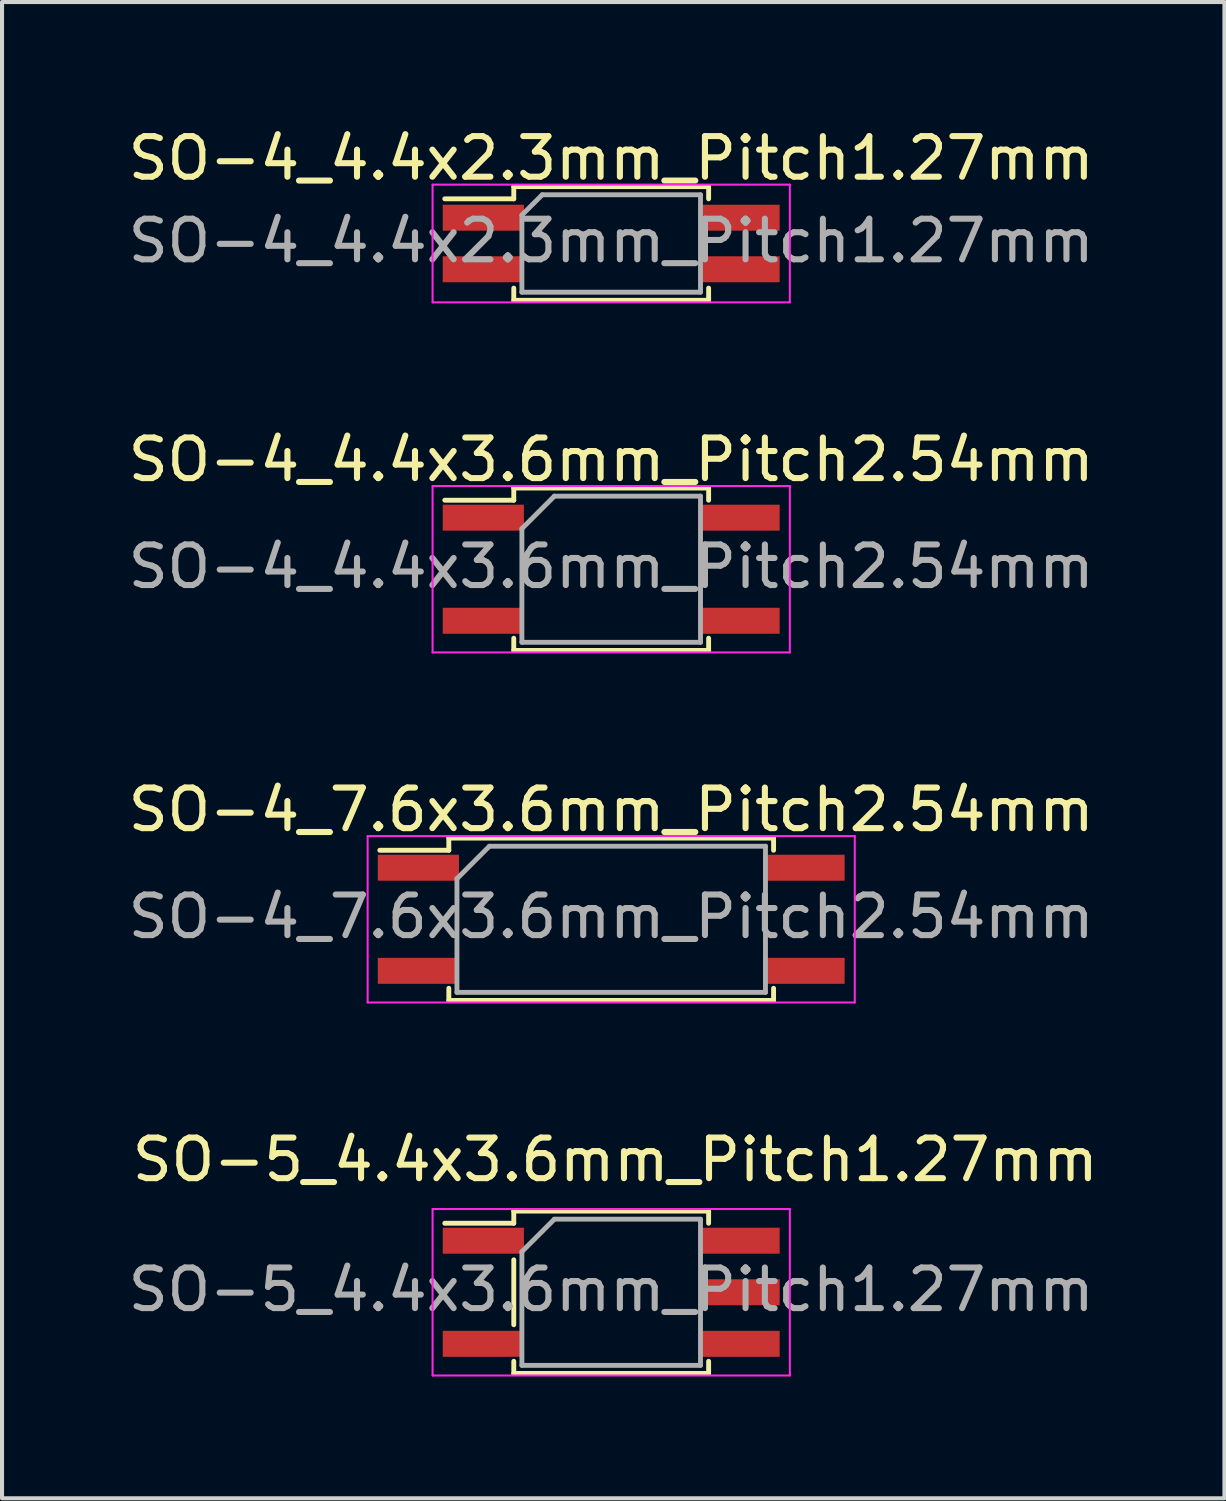
<source format=kicad_pcb>
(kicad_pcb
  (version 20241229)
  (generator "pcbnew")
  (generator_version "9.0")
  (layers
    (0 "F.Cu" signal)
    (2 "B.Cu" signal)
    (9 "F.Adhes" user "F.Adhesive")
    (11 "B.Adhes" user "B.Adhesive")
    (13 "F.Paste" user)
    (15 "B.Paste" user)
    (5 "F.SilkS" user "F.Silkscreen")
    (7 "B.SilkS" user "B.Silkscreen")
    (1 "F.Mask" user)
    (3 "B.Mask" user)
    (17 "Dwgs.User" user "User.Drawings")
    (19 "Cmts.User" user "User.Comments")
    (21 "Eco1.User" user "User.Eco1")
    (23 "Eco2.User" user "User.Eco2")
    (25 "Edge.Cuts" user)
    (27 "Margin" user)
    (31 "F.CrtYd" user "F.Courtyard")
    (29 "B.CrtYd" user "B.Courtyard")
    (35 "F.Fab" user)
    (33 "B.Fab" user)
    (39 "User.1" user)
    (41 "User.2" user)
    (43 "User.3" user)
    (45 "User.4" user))
  (footprint "SO-4_4.4x2.3mm_Pitch1.27mm"
    (layer "F.Cu")
    (at 12.006 2.948)
    (property "Reference" "SO-4_4.4x2.3mm_Pitch1.27mm" (at 0 -2.1 0) (layer "F.SilkS") (effects (font (size 1 1) (thickness 0.15))))
    (attr smd)
    (fp_line (start -2.4 -1.4) (end 2.4 -1.4) (stroke (width 0.12) (type solid)) (layer "F.SilkS"))
    (fp_line (start -2.4 -1.1) (end -4.1 -1.1) (stroke (width 0.12) (type solid)) (layer "F.SilkS"))
    (fp_line (start -2.4 -1.1) (end -2.4 -1.4) (stroke (width 0.12) (type solid)) (layer "F.SilkS"))
    (fp_line (start -2.4 1.4) (end -2.4 1.1) (stroke (width 0.12) (type solid)) (layer "F.SilkS"))
    (fp_line (start 2.4 -1.4) (end 2.4 -1.1) (stroke (width 0.12) (type solid)) (layer "F.SilkS"))
    (fp_line (start 2.4 1.1) (end 2.4 1.4) (stroke (width 0.12) (type solid)) (layer "F.SilkS"))
    (fp_line (start 2.4 1.4) (end -2.4 1.4) (stroke (width 0.12) (type solid)) (layer "F.SilkS"))
    (fp_line (start -4.4 -1.45) (end -4.4 1.45) (stroke (width 0.05) (type solid)) (layer "F.CrtYd"))
    (fp_line (start -4.4 -1.45) (end 4.4 -1.45) (stroke (width 0.05) (type solid)) (layer "F.CrtYd"))
    (fp_line (start 4.4 1.45) (end -4.4 1.45) (stroke (width 0.05) (type solid)) (layer "F.CrtYd"))
    (fp_line (start 4.4 1.45) (end 4.4 -1.45) (stroke (width 0.05) (type solid)) (layer "F.CrtYd"))
    (fp_line (start -2.2 -0.7) (end -2.2 1.2) (stroke (width 0.12) (type solid)) (layer "F.Fab"))
    (fp_line (start -2.2 1.2) (end 2.2 1.2) (stroke (width 0.12) (type solid)) (layer "F.Fab"))
    (fp_line (start -1.7 -1.2) (end -2.2 -0.7) (stroke (width 0.12) (type solid)) (layer "F.Fab"))
    (fp_line (start 2.2 -1.2) (end -1.7 -1.2) (stroke (width 0.12) (type solid)) (layer "F.Fab"))
    (fp_line (start 2.2 1.2) (end 2.2 -1.2) (stroke (width 0.12) (type solid)) (layer "F.Fab"))
    (fp_text user "${REFERENCE}" (at 0 -0.065 0) (layer "F.Fab") (effects (font (size 1 1) (thickness 0.15))))
    (pad "1" smd rect (at -3.15 -0.635) (size 2 0.64) (layers "F.Cu" "F.Mask" "F.Paste"))
    (pad "2" smd rect (at -3.15 0.635) (size 2 0.64) (layers "F.Cu" "F.Mask" "F.Paste"))
    (pad "3" smd rect (at 3.15 0.635) (size 2 0.64) (layers "F.Cu" "F.Mask" "F.Paste"))
    (pad "4" smd rect (at 3.15 -0.635) (size 2 0.64) (layers "F.Cu" "F.Mask" "F.Paste")))
  (footprint "SO-4_4.4x3.6mm_Pitch2.54mm"
    (layer "F.Cu")
    (at 12.006 10.972)
    (property "Reference" "SO-4_4.4x3.6mm_Pitch2.54mm" (at 0 -2.7 0) (layer "F.SilkS") (effects (font (size 1 1) (thickness 0.15))))
    (attr smd)
    (fp_line (start -2.4 -2) (end 2.4 -2) (stroke (width 0.12) (type solid)) (layer "F.SilkS"))
    (fp_line (start -2.4 -1.7) (end -4.1 -1.7) (stroke (width 0.12) (type solid)) (layer "F.SilkS"))
    (fp_line (start -2.4 -1.7) (end -2.4 -2) (stroke (width 0.12) (type solid)) (layer "F.SilkS"))
    (fp_line (start -2.4 2) (end -2.4 1.7) (stroke (width 0.12) (type solid)) (layer "F.SilkS"))
    (fp_line (start 2.4 -2) (end 2.4 -1.7) (stroke (width 0.12) (type solid)) (layer "F.SilkS"))
    (fp_line (start 2.4 1.7) (end 2.4 2) (stroke (width 0.12) (type solid)) (layer "F.SilkS"))
    (fp_line (start 2.4 2) (end -2.4 2) (stroke (width 0.12) (type solid)) (layer "F.SilkS"))
    (fp_line (start -4.4 -2.05) (end -4.4 2.05) (stroke (width 0.05) (type solid)) (layer "F.CrtYd"))
    (fp_line (start -4.4 -2.05) (end 4.4 -2.05) (stroke (width 0.05) (type solid)) (layer "F.CrtYd"))
    (fp_line (start 4.4 2.05) (end -4.4 2.05) (stroke (width 0.05) (type solid)) (layer "F.CrtYd"))
    (fp_line (start 4.4 2.05) (end 4.4 -2.05) (stroke (width 0.05) (type solid)) (layer "F.CrtYd"))
    (fp_line (start -2.2 -1) (end -1.4 -1.8) (stroke (width 0.12) (type solid)) (layer "F.Fab"))
    (fp_line (start -2.2 1.8) (end -2.2 -1) (stroke (width 0.12) (type solid)) (layer "F.Fab"))
    (fp_line (start -1.4 -1.8) (end 2.2 -1.8) (stroke (width 0.12) (type solid)) (layer "F.Fab"))
    (fp_line (start 2.2 -1.8) (end 2.2 1.8) (stroke (width 0.12) (type solid)) (layer "F.Fab"))
    (fp_line (start 2.2 1.8) (end -2.2 1.8) (stroke (width 0.12) (type solid)) (layer "F.Fab"))
    (fp_text user "${REFERENCE}" (at 0 -0.065 0) (layer "F.Fab") (effects (font (size 1 1) (thickness 0.15))))
    (pad "1" smd rect (at -3.15 -1.27) (size 2 0.64) (layers "F.Cu" "F.Mask" "F.Paste"))
    (pad "2" smd rect (at -3.15 1.27) (size 2 0.64) (layers "F.Cu" "F.Mask" "F.Paste"))
    (pad "3" smd rect (at 3.15 1.27) (size 2 0.64) (layers "F.Cu" "F.Mask" "F.Paste"))
    (pad "4" smd rect (at 3.15 -1.27) (size 2 0.64) (layers "F.Cu" "F.Mask" "F.Paste")))
  (footprint "SO-4_7.6x3.6mm_Pitch2.54mm"
    (layer "F.Cu")
    (at 12.006 19.595)
    (property "Reference" "SO-4_7.6x3.6mm_Pitch2.54mm" (at 0 -2.7 0) (layer "F.SilkS") (effects (font (size 1 1) (thickness 0.15))))
    (attr smd)
    (fp_line (start -4 -2) (end 4 -2) (stroke (width 0.12) (type solid)) (layer "F.SilkS"))
    (fp_line (start -4 -1.7) (end -5.7 -1.7) (stroke (width 0.12) (type solid)) (layer "F.SilkS"))
    (fp_line (start -4 -1.7) (end -4 -2) (stroke (width 0.12) (type solid)) (layer "F.SilkS"))
    (fp_line (start -4 2) (end -4 1.7) (stroke (width 0.12) (type solid)) (layer "F.SilkS"))
    (fp_line (start 4 -2) (end 4 -1.7) (stroke (width 0.12) (type solid)) (layer "F.SilkS"))
    (fp_line (start 4 1.7) (end 4 2) (stroke (width 0.12) (type solid)) (layer "F.SilkS"))
    (fp_line (start 4 2) (end -4 2) (stroke (width 0.12) (type solid)) (layer "F.SilkS"))
    (fp_line (start -6 -2.05) (end -6 2.05) (stroke (width 0.05) (type solid)) (layer "F.CrtYd"))
    (fp_line (start -6 -2.05) (end 6 -2.05) (stroke (width 0.05) (type solid)) (layer "F.CrtYd"))
    (fp_line (start 6 2.05) (end -6 2.05) (stroke (width 0.05) (type solid)) (layer "F.CrtYd"))
    (fp_line (start 6 2.05) (end 6 -2.05) (stroke (width 0.05) (type solid)) (layer "F.CrtYd"))
    (fp_line (start -3.8 -1) (end -3 -1.8) (stroke (width 0.12) (type solid)) (layer "F.Fab"))
    (fp_line (start -3.8 1.8) (end -3.8 -1) (stroke (width 0.12) (type solid)) (layer "F.Fab"))
    (fp_line (start -3 -1.8) (end 3.8 -1.8) (stroke (width 0.12) (type solid)) (layer "F.Fab"))
    (fp_line (start 3.8 -1.8) (end 3.8 1.8) (stroke (width 0.12) (type solid)) (layer "F.Fab"))
    (fp_line (start 3.8 1.8) (end -3.8 1.8) (stroke (width 0.12) (type solid)) (layer "F.Fab"))
    (fp_text user "${REFERENCE}" (at 0 -0.065 0) (layer "F.Fab") (effects (font (size 1 1) (thickness 0.15))))
    (pad "1" smd rect (at -4.75 -1.27) (size 2 0.64) (layers "F.Cu" "F.Mask" "F.Paste"))
    (pad "2" smd rect (at -4.75 1.27) (size 2 0.64) (layers "F.Cu" "F.Mask" "F.Paste"))
    (pad "3" smd rect (at 4.75 1.27) (size 2 0.64) (layers "F.Cu" "F.Mask" "F.Paste"))
    (pad "4" smd rect (at 4.75 -1.27) (size 2 0.64) (layers "F.Cu" "F.Mask" "F.Paste")))
  (footprint "SO-5_4.4x3.6mm_Pitch1.27mm"
    (layer "F.Cu")
    (at 12.006 28.783)
    (property "Reference" "SO-5_4.4x3.6mm_Pitch1.27mm" (at 0.1 -3.265 0) (layer "F.SilkS") (effects (font (size 1 1) (thickness 0.15))))
    (attr smd)
    (fp_line (start -2.4 -2) (end 2.4 -2) (stroke (width 0.12) (type solid)) (layer "F.SilkS"))
    (fp_line (start -2.4 -1.7) (end -4.1 -1.7) (stroke (width 0.12) (type solid)) (layer "F.SilkS"))
    (fp_line (start -2.4 -1.7) (end -2.4 -2) (stroke (width 0.12) (type solid)) (layer "F.SilkS"))
    (fp_line (start -2.4 0.8) (end -2.4 -0.8) (stroke (width 0.12) (type solid)) (layer "F.SilkS"))
    (fp_line (start -2.4 2) (end -2.4 1.7) (stroke (width 0.12) (type solid)) (layer "F.SilkS"))
    (fp_line (start 2.4 -2) (end 2.4 -1.7) (stroke (width 0.12) (type solid)) (layer "F.SilkS"))
    (fp_line (start 2.4 1.7) (end 2.4 2) (stroke (width 0.12) (type solid)) (layer "F.SilkS"))
    (fp_line (start 2.4 2) (end -2.4 2) (stroke (width 0.12) (type solid)) (layer "F.SilkS"))
    (fp_line (start -4.4 -2.05) (end -4.4 2.05) (stroke (width 0.05) (type solid)) (layer "F.CrtYd"))
    (fp_line (start -4.4 -2.05) (end 4.4 -2.05) (stroke (width 0.05) (type solid)) (layer "F.CrtYd"))
    (fp_line (start 4.4 2.05) (end -4.4 2.05) (stroke (width 0.05) (type solid)) (layer "F.CrtYd"))
    (fp_line (start 4.4 2.05) (end 4.4 -2.05) (stroke (width 0.05) (type solid)) (layer "F.CrtYd"))
    (fp_line (start -2.2 -1) (end -1.4 -1.8) (stroke (width 0.12) (type solid)) (layer "F.Fab"))
    (fp_line (start -2.2 1.8) (end -2.2 -1) (stroke (width 0.12) (type solid)) (layer "F.Fab"))
    (fp_line (start -1.4 -1.8) (end 2.2 -1.8) (stroke (width 0.12) (type solid)) (layer "F.Fab"))
    (fp_line (start 2.2 -1.8) (end 2.2 1.8) (stroke (width 0.12) (type solid)) (layer "F.Fab"))
    (fp_line (start 2.2 1.8) (end -2.2 1.8) (stroke (width 0.12) (type solid)) (layer "F.Fab"))
    (fp_text user "${REFERENCE}" (at 0 -0.065 0) (layer "F.Fab") (effects (font (size 1 1) (thickness 0.15))))
    (pad "1" smd rect (at -3.15 -1.27) (size 2 0.64) (layers "F.Cu" "F.Mask" "F.Paste"))
    (pad "3" smd rect (at -3.15 1.27) (size 2 0.64) (layers "F.Cu" "F.Mask" "F.Paste"))
    (pad "4" smd rect (at 3.15 1.27) (size 2 0.64) (layers "F.Cu" "F.Mask" "F.Paste"))
    (pad "5" smd rect (at 3.15 0) (size 2 0.64) (layers "F.Cu" "F.Mask" "F.Paste"))
    (pad "6" smd rect (at 3.15 -1.27) (size 2 0.64) (layers "F.Cu" "F.Mask" "F.Paste")))
  (gr_rect
    (start -3 -3)
    (end 27.112 33.858)
    (stroke (width 0.1) (type default))
    (fill no)
    (layer "Edge.Cuts")))
</source>
